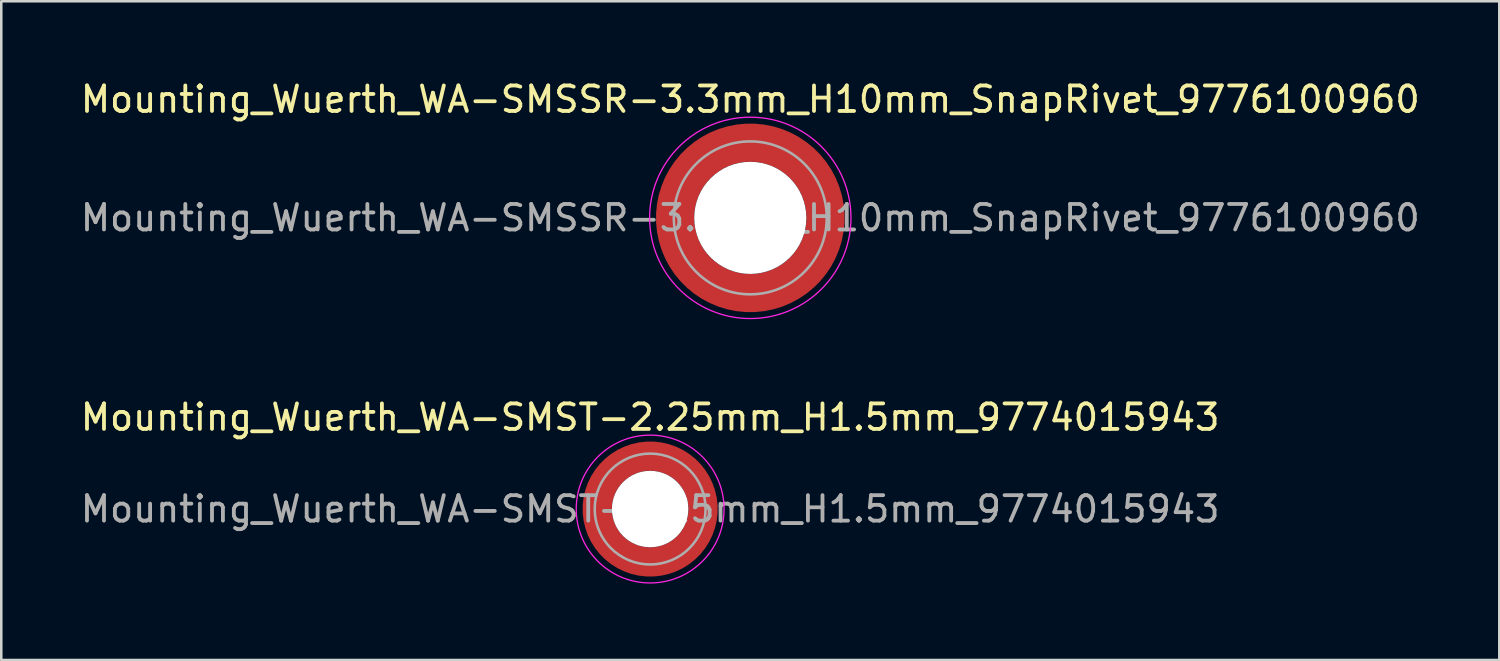
<source format=kicad_pcb>
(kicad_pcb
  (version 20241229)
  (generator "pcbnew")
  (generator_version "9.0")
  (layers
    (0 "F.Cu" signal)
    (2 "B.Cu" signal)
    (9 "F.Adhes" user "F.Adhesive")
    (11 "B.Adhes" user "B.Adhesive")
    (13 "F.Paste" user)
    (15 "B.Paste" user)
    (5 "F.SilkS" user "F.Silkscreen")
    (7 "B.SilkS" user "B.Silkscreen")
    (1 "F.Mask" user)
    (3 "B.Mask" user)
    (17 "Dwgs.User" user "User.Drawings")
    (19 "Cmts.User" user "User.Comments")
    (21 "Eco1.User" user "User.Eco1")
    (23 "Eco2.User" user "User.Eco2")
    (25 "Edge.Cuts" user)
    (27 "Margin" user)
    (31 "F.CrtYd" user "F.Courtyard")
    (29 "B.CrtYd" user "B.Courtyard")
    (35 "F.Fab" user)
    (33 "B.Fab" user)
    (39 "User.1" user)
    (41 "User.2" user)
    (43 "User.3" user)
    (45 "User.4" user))
  (footprint "Mounting_Wuerth_WA-SMSSR-3.3mm_H10mm_SnapRivet_9776100960"
    (layer "F.Cu")
    (at 26.387 5.498)
    (property "Reference" "Mounting_Wuerth_WA-SMSSR-3.3mm_H10mm_SnapRivet_9776100960" (at 0 -4.65 0) (layer "F.SilkS") (effects (font (size 1 1) (thickness 0.15))))
    (attr smd)
    (fp_circle (center 0 0) (end 3.95 0) (stroke (width 0.05) (type solid)) (fill no) (layer "F.CrtYd"))
    (fp_circle (center 0 0) (end 3 0) (stroke (width 0.1) (type solid)) (fill no) (layer "F.Fab"))
    (fp_text user "${REFERENCE}" (at 0 0 0) (layer "F.Fab") (effects (font (size 1 1) (thickness 0.15))))
    (pad "" smd custom (at -2.077 -2.077) (size 0.995 0.995) (layers "F.Paste") (options (anchor circle)) (primitives (gr_arc (start -0.208831 1.577126) (mid 0.422144 0.422848) (end 1.576154 -0.208618) (width 0.2)) (gr_arc (start -0.310669 1.577126) (mid 0.35138 0.352781) (end 1.575188 -0.310262) (width 0.2)) (gr_arc (start -0.412325 1.577126) (mid 0.280305 0.283024) (end 1.573357 -0.411565) (width 0.2)) (gr_arc (start -0.51382 1.577126) (mid 0.210358 0.212139) (end 1.574653 -0.513342) (width 0.2)) (gr_arc (start -0.615172 1.577126) (mid 0.139846 0.141818) (end 1.574384 -0.614661) (width 0.2)) (gr_arc (start -0.716397 1.577126) (mid 0.070334 0.070498) (end 1.576898 -0.716356) (width 0.2)) (gr_arc (start -0.817508 1.577126) (mid -0.001805 0.001806) (end 1.572094 -0.816634) (width 0.2)) (gr_arc (start -0.918517 1.577126) (mid -0.071322 -0.06951) (end 1.574599 -0.918094) (width 0.2)) (gr_arc (start -1.019433 1.577126) (mid -0.141902 -0.139762) (end 1.574138 -1.018949) (width 0.2)) (gr_arc (start -1.120266 1.577126) (mid -0.211736 -0.210761) (end 1.575763 -1.120053) (width 0.2)) (gr_arc (start -1.221022 1.577126) (mid -0.282882 -0.280446) (end 1.57372 -1.220504) (width 0.2)) (gr_arc (start -1.32171 1.577126) (mid -0.353407 -0.350753) (end 1.573414 -1.321162) (width 0.2)) (gr_arc (start -1.422335 1.577126) (mid -0.423311 -0.421682) (end 1.574846 -1.422009) (width 0.2)) (gr_line (start 1.577 -0.209) (end 1.577 -1.422) (width 0.2)) (gr_line (start -0.209 1.577) (end -1.422 1.577) (width 0.2))))
    (pad "" smd custom (at -2.077 2.077) (size 0.995 0.995) (layers "F.Paste") (options (anchor circle)) (primitives (gr_arc (start 1.577126 0.208831) (mid 0.422848 -0.422144) (end -0.208618 -1.576154) (width 0.2)) (gr_arc (start 1.577126 0.310669) (mid 0.352781 -0.35138) (end -0.310262 -1.575188) (width 0.2)) (gr_arc (start 1.577126 0.412325) (mid 0.283024 -0.280305) (end -0.411565 -1.573357) (width 0.2)) (gr_arc (start 1.577126 0.51382) (mid 0.212139 -0.210358) (end -0.513342 -1.574653) (width 0.2)) (gr_arc (start 1.577126 0.615172) (mid 0.141818 -0.139846) (end -0.614661 -1.574384) (width 0.2)) (gr_arc (start 1.577126 0.716397) (mid 0.070498 -0.070334) (end -0.716356 -1.576898) (width 0.2)) (gr_arc (start 1.577126 0.817508) (mid 0.001806 0.001805) (end -0.816634 -1.572094) (width 0.2)) (gr_arc (start 1.577126 0.918517) (mid -0.06951 0.071322) (end -0.918094 -1.574599) (width 0.2)) (gr_arc (start 1.577126 1.019433) (mid -0.139762 0.141902) (end -1.018949 -1.574138) (width 0.2)) (gr_arc (start 1.577126 1.120266) (mid -0.210761 0.211736) (end -1.120053 -1.575763) (width 0.2)) (gr_arc (start 1.577126 1.221022) (mid -0.280446 0.282882) (end -1.220504 -1.57372) (width 0.2)) (gr_arc (start 1.577126 1.32171) (mid -0.350753 0.353407) (end -1.321162 -1.573414) (width 0.2)) (gr_arc (start 1.577126 1.422335) (mid -0.421682 0.423311) (end -1.422009 -1.574846) (width 0.2)) (gr_line (start -0.209 -1.577) (end -1.422 -1.577) (width 0.2)) (gr_line (start 1.577 0.209) (end 1.577 1.422) (width 0.2))))
    (pad "" np_thru_hole circle (at 0 0) (size 4.4 4.4) (drill 4.4) (layers "*.Cu" "*.Mask"))
    (pad "" smd custom (at 2.077 -2.077) (size 0.995 0.995) (layers "F.Paste") (options (anchor circle)) (primitives (gr_arc (start -1.577126 -0.208831) (mid -0.422848 0.422144) (end 0.208618 1.576154) (width 0.2)) (gr_arc (start -1.577126 -0.310669) (mid -0.352781 0.35138) (end 0.310262 1.575188) (width 0.2)) (gr_arc (start -1.577126 -0.412325) (mid -0.283024 0.280305) (end 0.411565 1.573357) (width 0.2)) (gr_arc (start -1.577126 -0.51382) (mid -0.212139 0.210358) (end 0.513342 1.574653) (width 0.2)) (gr_arc (start -1.577126 -0.615172) (mid -0.141818 0.139846) (end 0.614661 1.574384) (width 0.2)) (gr_arc (start -1.577126 -0.716397) (mid -0.070498 0.070334) (end 0.716356 1.576898) (width 0.2)) (gr_arc (start -1.577126 -0.817508) (mid -0.001806 -0.001805) (end 0.816634 1.572094) (width 0.2)) (gr_arc (start -1.577126 -0.918517) (mid 0.06951 -0.071322) (end 0.918094 1.574599) (width 0.2)) (gr_arc (start -1.577126 -1.019433) (mid 0.139762 -0.141902) (end 1.018949 1.574138) (width 0.2)) (gr_arc (start -1.577126 -1.120266) (mid 0.210761 -0.211736) (end 1.120053 1.575763) (width 0.2)) (gr_arc (start -1.577126 -1.221022) (mid 0.280446 -0.282882) (end 1.220504 1.57372) (width 0.2)) (gr_arc (start -1.577126 -1.32171) (mid 0.350753 -0.353407) (end 1.321162 1.573414) (width 0.2)) (gr_arc (start -1.577126 -1.422335) (mid 0.421682 -0.423311) (end 1.422009 1.574846) (width 0.2)) (gr_line (start 0.209 1.577) (end 1.422 1.577) (width 0.2)) (gr_line (start -1.577 -0.209) (end -1.577 -1.422) (width 0.2))))
    (pad "" smd custom (at 2.077 2.077) (size 0.995 0.995) (layers "F.Paste") (options (anchor circle)) (primitives (gr_arc (start 0.208831 -1.577126) (mid -0.422144 -0.422848) (end -1.576154 0.208618) (width 0.2)) (gr_arc (start 0.310669 -1.577126) (mid -0.35138 -0.352781) (end -1.575188 0.310262) (width 0.2)) (gr_arc (start 0.412325 -1.577126) (mid -0.280305 -0.283024) (end -1.573357 0.411565) (width 0.2)) (gr_arc (start 0.51382 -1.577126) (mid -0.210358 -0.212139) (end -1.574653 0.513342) (width 0.2)) (gr_arc (start 0.615172 -1.577126) (mid -0.139846 -0.141818) (end -1.574384 0.614661) (width 0.2)) (gr_arc (start 0.716397 -1.577126) (mid -0.070334 -0.070498) (end -1.576898 0.716356) (width 0.2)) (gr_arc (start 0.817508 -1.577126) (mid 0.001805 -0.001806) (end -1.572094 0.816634) (width 0.2)) (gr_arc (start 0.918517 -1.577126) (mid 0.071322 0.06951) (end -1.574599 0.918094) (width 0.2)) (gr_arc (start 1.019433 -1.577126) (mid 0.141902 0.139762) (end -1.574138 1.018949) (width 0.2)) (gr_arc (start 1.120266 -1.577126) (mid 0.211736 0.210761) (end -1.575763 1.120053) (width 0.2)) (gr_arc (start 1.221022 -1.577126) (mid 0.282882 0.280446) (end -1.57372 1.220504) (width 0.2)) (gr_arc (start 1.32171 -1.577126) (mid 0.353407 0.350753) (end -1.573414 1.321162) (width 0.2)) (gr_arc (start 1.422335 -1.577126) (mid 0.423311 0.421682) (end -1.574846 1.422009) (width 0.2)) (gr_line (start -1.577 0.209) (end -1.577 1.422) (width 0.2)) (gr_line (start 0.209 -1.577) (end 1.422 -1.577) (width 0.2))))
    (pad "1" smd circle (at -2.95 0) (size 1.1 1.1) (layers "F.Cu"))
    (pad "1" smd circle (at 0 -2.95) (size 1.1 1.1) (layers "F.Cu"))
    (pad "1" smd circle (at 0 2.95) (size 1.1 1.1) (layers "F.Cu"))
    (pad "1" smd custom (at 2.95 0) (size 1.1 1.1) (layers "F.Cu" "F.Mask") (options (anchor circle)) (primitives (gr_circle (center -2.95 0) (end 0 0) (width 1.5) (fill no)))))
  (footprint "Mounting_Wuerth_WA-SMST-2.25mm_H1.5mm_9774015943"
    (layer "F.Cu")
    (at 22.458 16.922)
    (property "Reference" "Mounting_Wuerth_WA-SMST-2.25mm_H1.5mm_9774015943" (at 0 -3.6 0) (layer "F.SilkS") (effects (font (size 1 1) (thickness 0.15))))
    (attr smd)
    (fp_circle (center 0 0) (end 2.9 0) (stroke (width 0.05) (type solid)) (fill no) (layer "F.CrtYd"))
    (fp_circle (center 0 0) (end 2.175 0) (stroke (width 0.1) (type solid)) (fill no) (layer "F.Fab"))
    (fp_text user "${REFERENCE}" (at 0 0 0) (layer "F.Fab") (effects (font (size 1 1) (thickness 0.15))))
    (pad "" smd custom (at -1.453 -1.453) (size 0.61 0.61) (layers "F.Paste") (options (anchor circle)) (primitives (gr_arc (start -0.147677 1.053104) (mid 0.285964 0.286792) (end 1.051968 -0.147393) (width 0.2)) (gr_arc (start -0.240295 1.053104) (mid 0.22253 0.222946) (end 1.052531 -0.24016) (width 0.2)) (gr_arc (start -0.332645 1.053104) (mid 0.158548 0.15965) (end 1.051583 -0.332304) (width 0.2)) (gr_arc (start -0.424767 1.053104) (mid 0.09486 0.096059) (end 1.051446 -0.424413) (width 0.2)) (gr_arc (start -0.516693 1.053104) (mid 0.031293 0.032346) (end 1.051645 -0.516396) (width 0.2)) (gr_arc (start -0.608448 1.053104) (mid -0.032323 -0.031316) (end 1.051707 -0.608176) (width 0.2)) (gr_arc (start -0.700056 1.053104) (mid -0.09616 -0.094758) (end 1.051155 -0.699693) (width 0.2)) (gr_arc (start -0.791534 1.053104) (mid -0.160388 -0.15781) (end 1.049515 -0.790891) (width 0.2)) (gr_arc (start -0.882896 1.053104) (mid -0.223713 -0.221764) (end 1.050388 -0.882429) (width 0.2)) (gr_arc (start -0.974157 1.053104) (mid -0.287654 -0.285101) (end 1.049541 -0.973567) (width 0.2)) (gr_line (start 1.053 -0.148) (end 1.053 -0.974) (width 0.2)) (gr_line (start -0.148 1.053) (end -0.974 1.053) (width 0.2))))
    (pad "" smd custom (at -1.453 1.453) (size 0.61 0.61) (layers "F.Paste") (options (anchor circle)) (primitives (gr_arc (start 1.053104 0.147677) (mid 0.286792 -0.285964) (end -0.147393 -1.051968) (width 0.2)) (gr_arc (start 1.053104 0.240295) (mid 0.222946 -0.22253) (end -0.24016 -1.052531) (width 0.2)) (gr_arc (start 1.053104 0.332645) (mid 0.15965 -0.158548) (end -0.332304 -1.051583) (width 0.2)) (gr_arc (start 1.053104 0.424767) (mid 0.096059 -0.09486) (end -0.424413 -1.051446) (width 0.2)) (gr_arc (start 1.053104 0.516693) (mid 0.032346 -0.031293) (end -0.516396 -1.051645) (width 0.2)) (gr_arc (start 1.053104 0.608448) (mid -0.031316 0.032323) (end -0.608176 -1.051707) (width 0.2)) (gr_arc (start 1.053104 0.700056) (mid -0.094758 0.09616) (end -0.699693 -1.051155) (width 0.2)) (gr_arc (start 1.053104 0.791534) (mid -0.15781 0.160388) (end -0.790891 -1.049515) (width 0.2)) (gr_arc (start 1.053104 0.882896) (mid -0.221764 0.223713) (end -0.882429 -1.050388) (width 0.2)) (gr_arc (start 1.053104 0.974157) (mid -0.285101 0.287654) (end -0.973567 -1.049541) (width 0.2)) (gr_line (start -0.148 -1.053) (end -0.974 -1.053) (width 0.2)) (gr_line (start 1.053 0.148) (end 1.053 0.974) (width 0.2))))
    (pad "" np_thru_hole circle (at 0 0) (size 3 3) (drill 3) (layers "*.Cu" "*.Mask"))
    (pad "" smd custom (at 1.453 -1.453) (size 0.61 0.61) (layers "F.Paste") (options (anchor circle)) (primitives (gr_arc (start -1.053104 -0.147677) (mid -0.286792 0.285964) (end 0.147393 1.051968) (width 0.2)) (gr_arc (start -1.053104 -0.240295) (mid -0.222946 0.22253) (end 0.24016 1.052531) (width 0.2)) (gr_arc (start -1.053104 -0.332645) (mid -0.15965 0.158548) (end 0.332304 1.051583) (width 0.2)) (gr_arc (start -1.053104 -0.424767) (mid -0.096059 0.09486) (end 0.424413 1.051446) (width 0.2)) (gr_arc (start -1.053104 -0.516693) (mid -0.032346 0.031293) (end 0.516396 1.051645) (width 0.2)) (gr_arc (start -1.053104 -0.608448) (mid 0.031316 -0.032323) (end 0.608176 1.051707) (width 0.2)) (gr_arc (start -1.053104 -0.700056) (mid 0.094758 -0.09616) (end 0.699693 1.051155) (width 0.2)) (gr_arc (start -1.053104 -0.791534) (mid 0.15781 -0.160388) (end 0.790891 1.049515) (width 0.2)) (gr_arc (start -1.053104 -0.882896) (mid 0.221764 -0.223713) (end 0.882429 1.050388) (width 0.2)) (gr_arc (start -1.053104 -0.974157) (mid 0.285101 -0.287654) (end 0.973567 1.049541) (width 0.2)) (gr_line (start 0.148 1.053) (end 0.974 1.053) (width 0.2)) (gr_line (start -1.053 -0.148) (end -1.053 -0.974) (width 0.2))))
    (pad "" smd custom (at 1.453 1.453) (size 0.61 0.61) (layers "F.Paste") (options (anchor circle)) (primitives (gr_arc (start 0.147677 -1.053104) (mid -0.285964 -0.286792) (end -1.051968 0.147393) (width 0.2)) (gr_arc (start 0.240295 -1.053104) (mid -0.22253 -0.222946) (end -1.052531 0.24016) (width 0.2)) (gr_arc (start 0.332645 -1.053104) (mid -0.158548 -0.15965) (end -1.051583 0.332304) (width 0.2)) (gr_arc (start 0.424767 -1.053104) (mid -0.09486 -0.096059) (end -1.051446 0.424413) (width 0.2)) (gr_arc (start 0.516693 -1.053104) (mid -0.031293 -0.032346) (end -1.051645 0.516396) (width 0.2)) (gr_arc (start 0.608448 -1.053104) (mid 0.032323 0.031316) (end -1.051707 0.608176) (width 0.2)) (gr_arc (start 0.700056 -1.053104) (mid 0.09616 0.094758) (end -1.051155 0.699693) (width 0.2)) (gr_arc (start 0.791534 -1.053104) (mid 0.160388 0.15781) (end -1.049515 0.790891) (width 0.2)) (gr_arc (start 0.882896 -1.053104) (mid 0.223713 0.221764) (end -1.050388 0.882429) (width 0.2)) (gr_arc (start 0.974157 -1.053104) (mid 0.287654 0.285101) (end -1.049541 0.973567) (width 0.2)) (gr_line (start -1.053 0.148) (end -1.053 0.974) (width 0.2)) (gr_line (start 0.148 -1.053) (end 0.974 -1.053) (width 0.2))))
    (pad "1" smd circle (at -2.075 0) (size 0.75 0.75) (layers "F.Cu"))
    (pad "1" smd circle (at 0 -2.075) (size 0.75 0.75) (layers "F.Cu"))
    (pad "1" smd circle (at 0 2.075) (size 0.75 0.75) (layers "F.Cu"))
    (pad "1" smd custom (at 2.075 0) (size 0.75 0.75) (layers "F.Cu" "F.Mask") (options (anchor circle)) (primitives (gr_circle (center -2.075 0) (end 0 0) (width 1.15) (fill no)))))
  (gr_rect
    (start -3 -3)
    (end 55.774 22.846)
    (stroke (width 0.1) (type default))
    (fill no)
    (layer "Edge.Cuts")))
</source>
